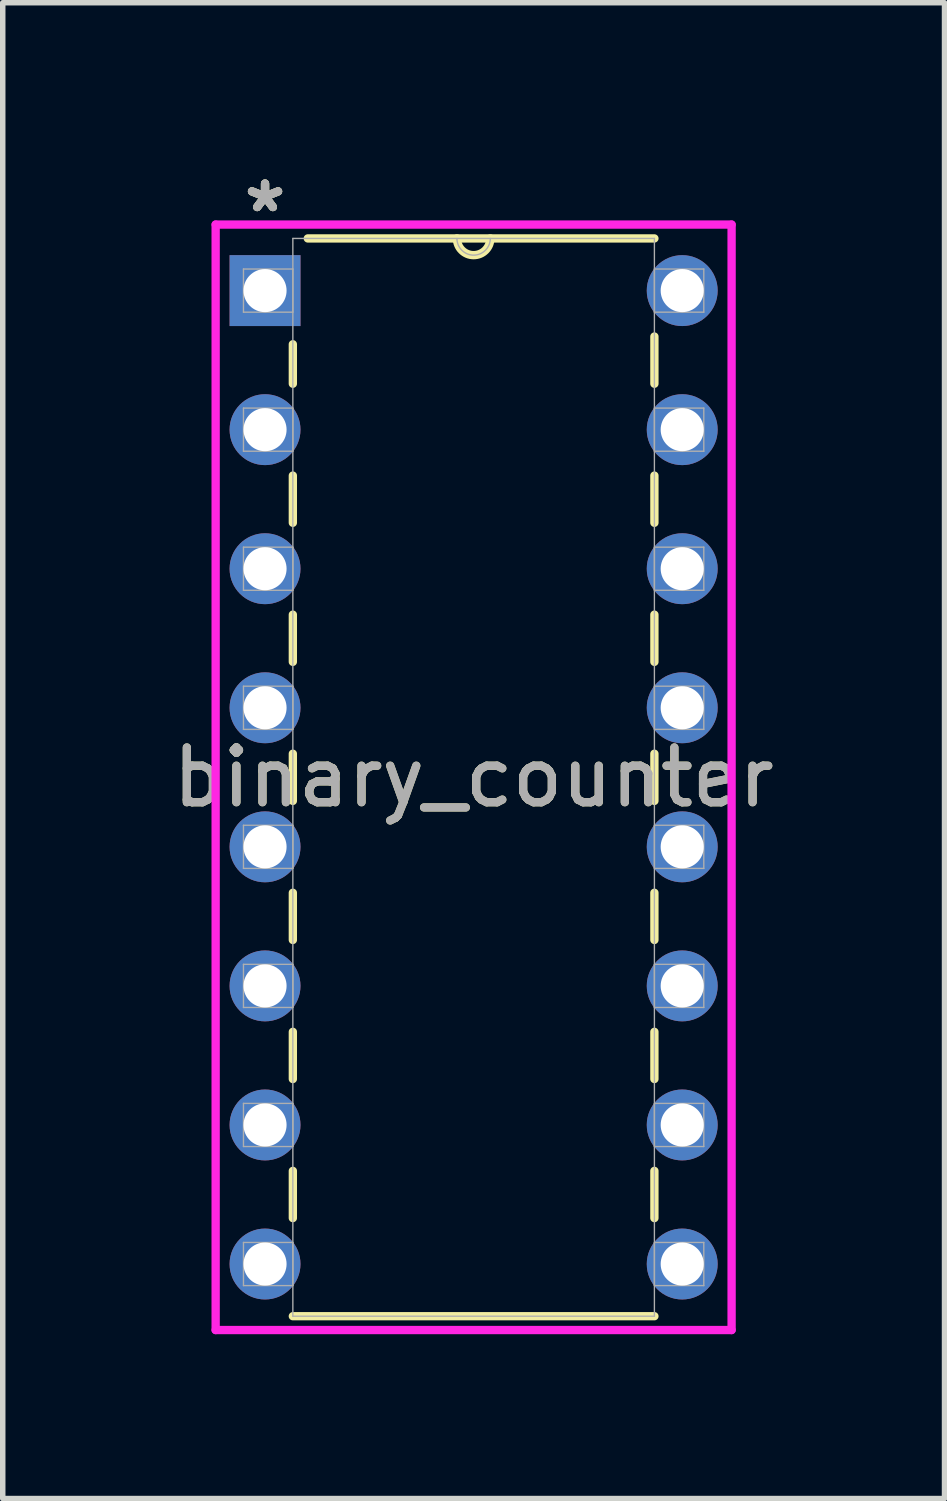
<source format=kicad_pcb>
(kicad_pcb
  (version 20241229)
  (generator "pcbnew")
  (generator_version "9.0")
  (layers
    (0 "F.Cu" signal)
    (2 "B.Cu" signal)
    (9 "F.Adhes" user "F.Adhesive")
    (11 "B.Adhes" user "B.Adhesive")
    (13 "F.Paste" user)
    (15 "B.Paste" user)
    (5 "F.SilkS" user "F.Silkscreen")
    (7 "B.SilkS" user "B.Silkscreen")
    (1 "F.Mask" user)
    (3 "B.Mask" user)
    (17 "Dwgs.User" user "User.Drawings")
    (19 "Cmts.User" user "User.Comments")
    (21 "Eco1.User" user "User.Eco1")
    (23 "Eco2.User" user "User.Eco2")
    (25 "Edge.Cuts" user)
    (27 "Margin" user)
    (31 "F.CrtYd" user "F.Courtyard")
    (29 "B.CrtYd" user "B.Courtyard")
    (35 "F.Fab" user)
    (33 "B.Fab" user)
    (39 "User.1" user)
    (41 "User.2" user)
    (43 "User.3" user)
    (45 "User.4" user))
  (footprint "binary_counter"
    (layer "F.Cu")
    (at 9.411 20.038)
    (property "Reference" "binary_counter" (at -3.81 -8.89 0) (unlocked yes) (layer "F.SilkS") (effects (font (size 1 1) (thickness 0.15))))
    (attr through_hole)
    (fp_line (start -7.112 -16.8) (end -7.112 -16.079) (stroke (width 0.152) (type solid)) (layer "F.SilkS"))
    (fp_line (start -7.112 -14.401) (end -7.112 -13.539) (stroke (width 0.152) (type solid)) (layer "F.SilkS"))
    (fp_line (start -7.112 -11.861) (end -7.112 -10.999) (stroke (width 0.152) (type solid)) (layer "F.SilkS"))
    (fp_line (start -7.112 -9.321) (end -7.112 -8.459) (stroke (width 0.152) (type solid)) (layer "F.SilkS"))
    (fp_line (start -7.112 -6.781) (end -7.112 -5.919) (stroke (width 0.152) (type solid)) (layer "F.SilkS"))
    (fp_line (start -7.112 -4.241) (end -7.112 -3.379) (stroke (width 0.152) (type solid)) (layer "F.SilkS"))
    (fp_line (start -7.112 -1.701) (end -7.112 -0.839) (stroke (width 0.152) (type solid)) (layer "F.SilkS"))
    (fp_line (start -7.112 0.953) (end -0.508 0.953) (stroke (width 0.152) (type solid)) (layer "F.SilkS"))
    (fp_line (start -0.508 -18.733) (end -6.839 -18.733) (stroke (width 0.152) (type solid)) (layer "F.SilkS"))
    (fp_line (start -0.508 -16.079) (end -0.508 -16.941) (stroke (width 0.152) (type solid)) (layer "F.SilkS"))
    (fp_line (start -0.508 -13.539) (end -0.508 -14.401) (stroke (width 0.152) (type solid)) (layer "F.SilkS"))
    (fp_line (start -0.508 -10.999) (end -0.508 -11.861) (stroke (width 0.152) (type solid)) (layer "F.SilkS"))
    (fp_line (start -0.508 -8.459) (end -0.508 -9.321) (stroke (width 0.152) (type solid)) (layer "F.SilkS"))
    (fp_line (start -0.508 -5.919) (end -0.508 -6.781) (stroke (width 0.152) (type solid)) (layer "F.SilkS"))
    (fp_line (start -0.508 -3.379) (end -0.508 -4.241) (stroke (width 0.152) (type solid)) (layer "F.SilkS"))
    (fp_line (start -0.508 -0.839) (end -0.508 -1.701) (stroke (width 0.152) (type solid)) (layer "F.SilkS"))
    (fp_arc (start -3.5052 -18.7325) (mid -3.81 -18.4277) (end -4.1148 -18.7325) (stroke (width 0.1524) (type solid)) (layer "F.SilkS"))
    (fp_line (start -8.522 -18.986) (end -8.522 1.206) (stroke (width 0.152) (type solid)) (layer "F.CrtYd"))
    (fp_line (start -8.522 1.206) (end 0.902 1.206) (stroke (width 0.152) (type solid)) (layer "F.CrtYd"))
    (fp_line (start 0.902 -18.986) (end -8.522 -18.986) (stroke (width 0.152) (type solid)) (layer "F.CrtYd"))
    (fp_line (start 0.902 1.206) (end 0.902 -18.986) (stroke (width 0.152) (type solid)) (layer "F.CrtYd"))
    (fp_line (start -8.014 -18.174) (end -8.014 -17.386) (stroke (width 0.025) (type solid)) (layer "F.Fab"))
    (fp_line (start -8.014 -17.386) (end -7.112 -17.386) (stroke (width 0.025) (type solid)) (layer "F.Fab"))
    (fp_line (start -8.014 -15.634) (end -8.014 -14.846) (stroke (width 0.025) (type solid)) (layer "F.Fab"))
    (fp_line (start -8.014 -14.846) (end -7.112 -14.846) (stroke (width 0.025) (type solid)) (layer "F.Fab"))
    (fp_line (start -8.014 -13.094) (end -8.014 -12.306) (stroke (width 0.025) (type solid)) (layer "F.Fab"))
    (fp_line (start -8.014 -12.306) (end -7.112 -12.306) (stroke (width 0.025) (type solid)) (layer "F.Fab"))
    (fp_line (start -8.014 -10.554) (end -8.014 -9.766) (stroke (width 0.025) (type solid)) (layer "F.Fab"))
    (fp_line (start -8.014 -9.766) (end -7.112 -9.766) (stroke (width 0.025) (type solid)) (layer "F.Fab"))
    (fp_line (start -8.014 -8.014) (end -8.014 -7.226) (stroke (width 0.025) (type solid)) (layer "F.Fab"))
    (fp_line (start -8.014 -7.226) (end -7.112 -7.226) (stroke (width 0.025) (type solid)) (layer "F.Fab"))
    (fp_line (start -8.014 -5.474) (end -8.014 -4.686) (stroke (width 0.025) (type solid)) (layer "F.Fab"))
    (fp_line (start -8.014 -4.686) (end -7.112 -4.686) (stroke (width 0.025) (type solid)) (layer "F.Fab"))
    (fp_line (start -8.014 -2.934) (end -8.014 -2.146) (stroke (width 0.025) (type solid)) (layer "F.Fab"))
    (fp_line (start -8.014 -2.146) (end -7.112 -2.146) (stroke (width 0.025) (type solid)) (layer "F.Fab"))
    (fp_line (start -8.014 -0.394) (end -8.014 0.394) (stroke (width 0.025) (type solid)) (layer "F.Fab"))
    (fp_line (start -8.014 0.394) (end -7.112 0.394) (stroke (width 0.025) (type solid)) (layer "F.Fab"))
    (fp_line (start -7.112 -18.733) (end -7.112 0.953) (stroke (width 0.025) (type solid)) (layer "F.Fab"))
    (fp_line (start -7.112 -18.174) (end -8.014 -18.174) (stroke (width 0.025) (type solid)) (layer "F.Fab"))
    (fp_line (start -7.112 -17.386) (end -7.112 -18.174) (stroke (width 0.025) (type solid)) (layer "F.Fab"))
    (fp_line (start -7.112 -15.634) (end -8.014 -15.634) (stroke (width 0.025) (type solid)) (layer "F.Fab"))
    (fp_line (start -7.112 -14.846) (end -7.112 -15.634) (stroke (width 0.025) (type solid)) (layer "F.Fab"))
    (fp_line (start -7.112 -13.094) (end -8.014 -13.094) (stroke (width 0.025) (type solid)) (layer "F.Fab"))
    (fp_line (start -7.112 -12.306) (end -7.112 -13.094) (stroke (width 0.025) (type solid)) (layer "F.Fab"))
    (fp_line (start -7.112 -10.554) (end -8.014 -10.554) (stroke (width 0.025) (type solid)) (layer "F.Fab"))
    (fp_line (start -7.112 -9.766) (end -7.112 -10.554) (stroke (width 0.025) (type solid)) (layer "F.Fab"))
    (fp_line (start -7.112 -8.014) (end -8.014 -8.014) (stroke (width 0.025) (type solid)) (layer "F.Fab"))
    (fp_line (start -7.112 -7.226) (end -7.112 -8.014) (stroke (width 0.025) (type solid)) (layer "F.Fab"))
    (fp_line (start -7.112 -5.474) (end -8.014 -5.474) (stroke (width 0.025) (type solid)) (layer "F.Fab"))
    (fp_line (start -7.112 -4.686) (end -7.112 -5.474) (stroke (width 0.025) (type solid)) (layer "F.Fab"))
    (fp_line (start -7.112 -2.934) (end -8.014 -2.934) (stroke (width 0.025) (type solid)) (layer "F.Fab"))
    (fp_line (start -7.112 -2.146) (end -7.112 -2.934) (stroke (width 0.025) (type solid)) (layer "F.Fab"))
    (fp_line (start -7.112 -0.394) (end -8.014 -0.394) (stroke (width 0.025) (type solid)) (layer "F.Fab"))
    (fp_line (start -7.112 0.394) (end -7.112 -0.394) (stroke (width 0.025) (type solid)) (layer "F.Fab"))
    (fp_line (start -7.112 0.953) (end -0.508 0.953) (stroke (width 0.025) (type solid)) (layer "F.Fab"))
    (fp_line (start -0.508 -18.733) (end -7.112 -18.733) (stroke (width 0.025) (type solid)) (layer "F.Fab"))
    (fp_line (start -0.508 -18.174) (end -0.508 -17.386) (stroke (width 0.025) (type solid)) (layer "F.Fab"))
    (fp_line (start -0.508 -17.386) (end 0.394 -17.386) (stroke (width 0.025) (type solid)) (layer "F.Fab"))
    (fp_line (start -0.508 -15.634) (end -0.508 -14.846) (stroke (width 0.025) (type solid)) (layer "F.Fab"))
    (fp_line (start -0.508 -14.846) (end 0.394 -14.846) (stroke (width 0.025) (type solid)) (layer "F.Fab"))
    (fp_line (start -0.508 -13.094) (end -0.508 -12.306) (stroke (width 0.025) (type solid)) (layer "F.Fab"))
    (fp_line (start -0.508 -12.306) (end 0.394 -12.306) (stroke (width 0.025) (type solid)) (layer "F.Fab"))
    (fp_line (start -0.508 -10.554) (end -0.508 -9.766) (stroke (width 0.025) (type solid)) (layer "F.Fab"))
    (fp_line (start -0.508 -9.766) (end 0.394 -9.766) (stroke (width 0.025) (type solid)) (layer "F.Fab"))
    (fp_line (start -0.508 -8.014) (end -0.508 -7.226) (stroke (width 0.025) (type solid)) (layer "F.Fab"))
    (fp_line (start -0.508 -7.226) (end 0.394 -7.226) (stroke (width 0.025) (type solid)) (layer "F.Fab"))
    (fp_line (start -0.508 -5.474) (end -0.508 -4.686) (stroke (width 0.025) (type solid)) (layer "F.Fab"))
    (fp_line (start -0.508 -4.686) (end 0.394 -4.686) (stroke (width 0.025) (type solid)) (layer "F.Fab"))
    (fp_line (start -0.508 -2.934) (end -0.508 -2.146) (stroke (width 0.025) (type solid)) (layer "F.Fab"))
    (fp_line (start -0.508 -2.146) (end 0.394 -2.146) (stroke (width 0.025) (type solid)) (layer "F.Fab"))
    (fp_line (start -0.508 -0.394) (end -0.508 0.394) (stroke (width 0.025) (type solid)) (layer "F.Fab"))
    (fp_line (start -0.508 0.394) (end 0.394 0.394) (stroke (width 0.025) (type solid)) (layer "F.Fab"))
    (fp_line (start -0.508 0.953) (end -0.508 -18.733) (stroke (width 0.025) (type solid)) (layer "F.Fab"))
    (fp_line (start 0.394 -18.174) (end -0.508 -18.174) (stroke (width 0.025) (type solid)) (layer "F.Fab"))
    (fp_line (start 0.394 -17.386) (end 0.394 -18.174) (stroke (width 0.025) (type solid)) (layer "F.Fab"))
    (fp_line (start 0.394 -15.634) (end -0.508 -15.634) (stroke (width 0.025) (type solid)) (layer "F.Fab"))
    (fp_line (start 0.394 -14.846) (end 0.394 -15.634) (stroke (width 0.025) (type solid)) (layer "F.Fab"))
    (fp_line (start 0.394 -13.094) (end -0.508 -13.094) (stroke (width 0.025) (type solid)) (layer "F.Fab"))
    (fp_line (start 0.394 -12.306) (end 0.394 -13.094) (stroke (width 0.025) (type solid)) (layer "F.Fab"))
    (fp_line (start 0.394 -10.554) (end -0.508 -10.554) (stroke (width 0.025) (type solid)) (layer "F.Fab"))
    (fp_line (start 0.394 -9.766) (end 0.394 -10.554) (stroke (width 0.025) (type solid)) (layer "F.Fab"))
    (fp_line (start 0.394 -8.014) (end -0.508 -8.014) (stroke (width 0.025) (type solid)) (layer "F.Fab"))
    (fp_line (start 0.394 -7.226) (end 0.394 -8.014) (stroke (width 0.025) (type solid)) (layer "F.Fab"))
    (fp_line (start 0.394 -5.474) (end -0.508 -5.474) (stroke (width 0.025) (type solid)) (layer "F.Fab"))
    (fp_line (start 0.394 -4.686) (end 0.394 -5.474) (stroke (width 0.025) (type solid)) (layer "F.Fab"))
    (fp_line (start 0.394 -2.934) (end -0.508 -2.934) (stroke (width 0.025) (type solid)) (layer "F.Fab"))
    (fp_line (start 0.394 -2.146) (end 0.394 -2.934) (stroke (width 0.025) (type solid)) (layer "F.Fab"))
    (fp_line (start 0.394 -0.394) (end -0.508 -0.394) (stroke (width 0.025) (type solid)) (layer "F.Fab"))
    (fp_line (start 0.394 0.394) (end 0.394 -0.394) (stroke (width 0.025) (type solid)) (layer "F.Fab"))
    (fp_arc (start -3.5052 -18.7325) (mid -3.81 -18.4277) (end -4.1148 -18.7325) (stroke (width 0.0254) (type solid)) (layer "F.Fab"))
    (fp_text user "*" (at -7.62 -19.19 0) (unlocked yes) (layer "F.SilkS") (effects (font (size 1 1) (thickness 0.15))))
    (fp_text user "*" (at -7.62 -19.19 0) (layer "F.SilkS") (effects (font (size 1 1) (thickness 0.15))))
    (fp_text user "${REFERENCE}" (at -3.81 -8.89 0) (unlocked yes) (layer "F.Fab") (effects (font (size 1 1) (thickness 0.15))))
    (fp_text user "*" (at -7.62 -19.19 0) (unlocked yes) (layer "F.Fab") (effects (font (size 1 1) (thickness 0.15))))
    (fp_text user "*" (at -7.62 -19.19 0) (layer "F.Fab") (effects (font (size 1 1) (thickness 0.15))))
    (pad "1" thru_hole rect (at -7.62 -17.78) (size 1.295 1.295) (drill 0.787) (layers "*.Cu" "*.Mask"))
    (pad "2" thru_hole circle (at -7.62 -15.24) (size 1.295 1.295) (drill 0.787) (layers "*.Cu" "*.Mask"))
    (pad "3" thru_hole circle (at -7.62 -12.7) (size 1.295 1.295) (drill 0.787) (layers "*.Cu" "*.Mask"))
    (pad "4" thru_hole circle (at -7.62 -10.16) (size 1.295 1.295) (drill 0.787) (layers "*.Cu" "*.Mask"))
    (pad "5" thru_hole circle (at -7.62 -7.62) (size 1.295 1.295) (drill 0.787) (layers "*.Cu" "*.Mask"))
    (pad "6" thru_hole circle (at -7.62 -5.08) (size 1.295 1.295) (drill 0.787) (layers "*.Cu" "*.Mask"))
    (pad "7" thru_hole circle (at -7.62 -2.54) (size 1.295 1.295) (drill 0.787) (layers "*.Cu" "*.Mask"))
    (pad "8" thru_hole circle (at -7.62 0) (size 1.295 1.295) (drill 0.787) (layers "*.Cu" "*.Mask"))
    (pad "9" thru_hole circle (at 0 0) (size 1.295 1.295) (drill 0.787) (layers "*.Cu" "*.Mask"))
    (pad "10" thru_hole circle (at 0 -2.54) (size 1.295 1.295) (drill 0.787) (layers "*.Cu" "*.Mask"))
    (pad "11" thru_hole circle (at 0 -5.08) (size 1.295 1.295) (drill 0.787) (layers "*.Cu" "*.Mask"))
    (pad "12" thru_hole circle (at 0 -7.62) (size 1.295 1.295) (drill 0.787) (layers "*.Cu" "*.Mask"))
    (pad "13" thru_hole circle (at 0 -10.16) (size 1.295 1.295) (drill 0.787) (layers "*.Cu" "*.Mask"))
    (pad "14" thru_hole circle (at 0 -12.7) (size 1.295 1.295) (drill 0.787) (layers "*.Cu" "*.Mask"))
    (pad "15" thru_hole circle (at 0 -15.24) (size 1.295 1.295) (drill 0.787) (layers "*.Cu" "*.Mask"))
    (pad "16" thru_hole circle (at 0 -17.78) (size 1.295 1.295) (drill 0.787) (layers "*.Cu" "*.Mask")))
  (gr_rect
    (start -3 -3)
    (end 14.202 24.321)
    (stroke (width 0.1) (type default))
    (fill no)
    (layer "Edge.Cuts")))
</source>
